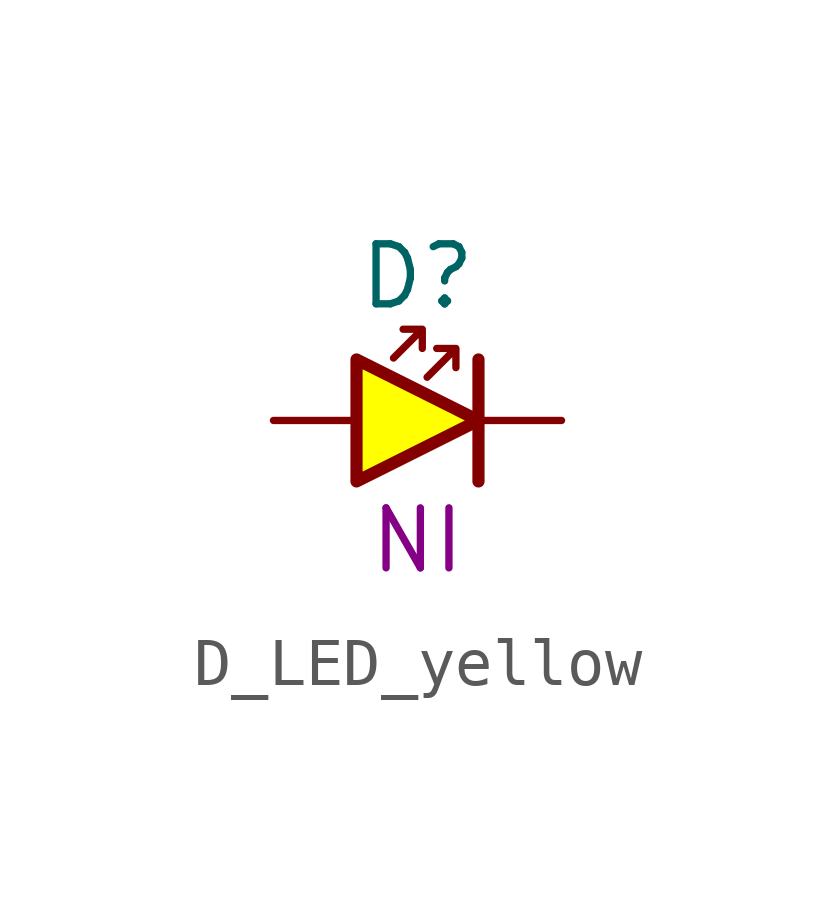
<source format=kicad_sym>
(kicad_symbol_lib
  (version 20241209)
  (generator "kicad_symbol_editor")
  (generator_version "9.0")
  (symbol "D_LED_yellow"
    (pin_numbers
      (hide yes))
    (pin_names
      (offset 0)
      (hide yes))
    (property "Reference" "D"
      (at 3 3 0)
      (do_not_autoplace)
      (effects (font (size 1.25 1.25))))
    (property "Part#" "NI"
      (at 3 -2.5 0)
      (do_not_autoplace)
      (effects (font (size 1.25 1.25))))
    (symbol "D_LED_yellow_0_1"
      (polyline (pts (xy 2.5 1.3) (xy 3.1 1.9) (xy 2.7 1.9) (xy 3.1 1.9) (xy 3.1 1.5)) (stroke (width 0) (type default)) (fill (type none)))
      (polyline (pts (xy 3.2 0.9) (xy 3.8 1.5) (xy 3.4 1.5) (xy 3.8 1.5) (xy 3.8 1.1)) (stroke (width 0) (type default)) (fill (type none)))
      (polyline (pts (xy 4.27 1.27) (xy 4.27 -1.27)) (stroke (width 0.254) (type default)) (fill (type none))))
    (symbol "D_LED_yellow_1_1"
      (polyline (pts (xy 1.73 1.27) (xy 1.73 -1.27) (xy 4.27 0) (xy 1.73 1.27)) (stroke (width 0.254) (type default)) (fill (type color) (color 255 255 0 1)))
      (pin passive line (at 0 0 0) (length 1.7) (name "A" (effects (font (size 1.25 1.25)))) (number "A" (effects (font (size 1.25 1.25)))))
      (pin passive line (at 6 0 180) (length 1.7) (name "K" (effects (font (size 1.25 1.25)))) (number "K" (effects (font (size 1.25 1.25))))))))
</source>
